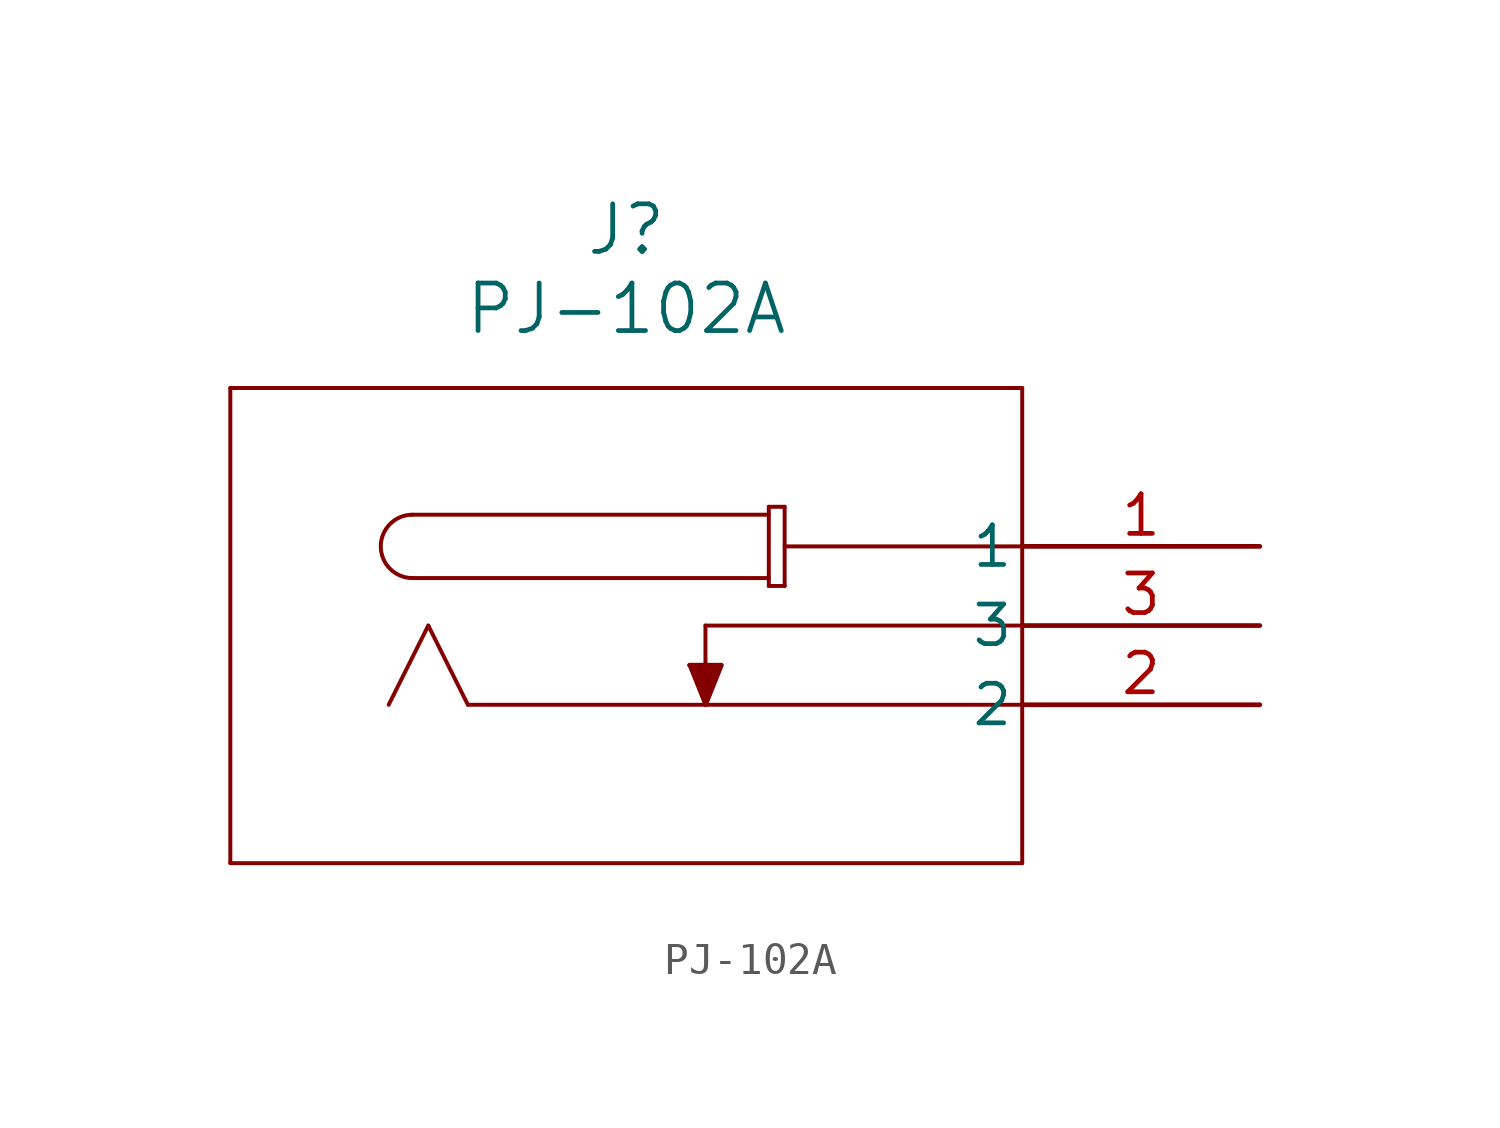
<source format=kicad_sym>
(kicad_symbol_lib
  (version 20211014)
  (generator kicad_symbol_editor)
  (symbol "PJ-102A"
    (pin_names
      (offset 0.254))
    (property "Reference" "J"
      (at -20.32 10.16 0)
      (effects (font (size 1.524 1.524))))
    (property "Value" "PJ-102A"
      (at -20.32 7.62 0)
      (effects (font (size 1.524 1.524))))
    (symbol "PJ-102A_0_1"
      (polyline (pts (xy -33.02 5.08) (xy -33.02 -10.16)) (stroke (width 0.127) (type default) (color 0 0 0 0)) (fill (type none)))
      (polyline (pts (xy -33.02 -10.16) (xy -7.62 -10.16)) (stroke (width 0.127) (type default) (color 0 0 0 0)) (fill (type none)))
      (polyline (pts (xy -7.62 -10.16) (xy -7.62 5.08)) (stroke (width 0.127) (type default) (color 0 0 0 0)) (fill (type none)))
      (polyline (pts (xy -7.62 5.08) (xy -33.02 5.08)) (stroke (width 0.127) (type default) (color 0 0 0 0)) (fill (type none)))
      (polyline (pts (xy -7.62 0) (xy -15.24 0)) (stroke (width 0.127) (type default) (color 0 0 0 0)) (fill (type none)))
      (polyline (pts (xy -7.62 -2.54) (xy -17.78 -2.54)) (stroke (width 0.127) (type default) (color 0 0 0 0)) (fill (type none)))
      (polyline (pts (xy -7.62 -5.08) (xy -25.4 -5.08)) (stroke (width 0.127) (type default) (color 0 0 0 0)) (fill (type none)))
      (polyline (pts (xy -25.4 -5.08) (xy -26.67 -2.54)) (stroke (width 0.127) (type default) (color 0 0 0 0)) (fill (type none)))
      (polyline (pts (xy -26.67 -2.54) (xy -27.94 -5.08)) (stroke (width 0.127) (type default) (color 0 0 0 0)) (fill (type none)))
      (polyline (pts (xy -17.78 -2.54) (xy -17.78 -5.08)) (stroke (width 0.127) (type default) (color 0 0 0 0)) (fill (type none)))
      (polyline (pts (xy -17.78 -5.08) (xy -17.272 -3.81)) (stroke (width 0.127) (type default) (color 0 0 0 0)) (fill (type none)))
      (polyline (pts (xy -17.272 -3.81) (xy -18.288 -3.81)) (stroke (width 0.127) (type default) (color 0 0 0 0)) (fill (type none)))
      (polyline (pts (xy -18.288 -3.81) (xy -17.78 -5.08)) (stroke (width 0.127) (type default) (color 0 0 0 0)) (fill (type none)))
      (polyline (pts (xy -18.288 -3.81) (xy -17.272 -3.81) (xy -17.78 -5.08)) (stroke (width 0) (type default) (color 0 0 0 0)) (fill (type outline)))
      (polyline (pts (xy -15.24 1.27) (xy -15.24 -1.27)) (stroke (width 0.127) (type default) (color 0 0 0 0)) (fill (type none)))
      (polyline (pts (xy -15.748 -1.016) (xy -27.178 -1.016)) (stroke (width 0.127) (type default) (color 0 0 0 0)) (fill (type none)))
      (polyline (pts (xy -15.748 1.016) (xy -27.178 1.016)) (stroke (width 0.127) (type default) (color 0 0 0 0)) (fill (type none)))
      (arc (start -27.178 1.016) (mid -28.194 0) (end -27.178 -1.016) (stroke (width 0.127) (type default) (color 0 0 0 0)) (fill (type none)))
      (polyline (pts (xy -15.748 1.27) (xy -15.748 -1.27)) (stroke (width 0.127) (type default) (color 0 0 0 0)) (fill (type none)))
      (polyline (pts (xy -15.748 -1.27) (xy -15.24 -1.27)) (stroke (width 0.127) (type default) (color 0 0 0 0)) (fill (type none)))
      (polyline (pts (xy -15.24 1.27) (xy -15.748 1.27)) (stroke (width 0.127) (type default) (color 0 0 0 0)) (fill (type none)))
      (pin unspecified line (at 0 0 180) (length 7.62) (name "1" (effects (font (size 1.27 1.27)))) (number "1" (effects (font (size 1.27 1.27)))))
      (pin unspecified line (at 0 -5.08 180) (length 7.62) (name "2" (effects (font (size 1.27 1.27)))) (number "2" (effects (font (size 1.27 1.27)))))
      (pin unspecified line (at 0 -2.54 180) (length 7.62) (name "3" (effects (font (size 1.27 1.27)))) (number "3" (effects (font (size 1.27 1.27))))))))
</source>
